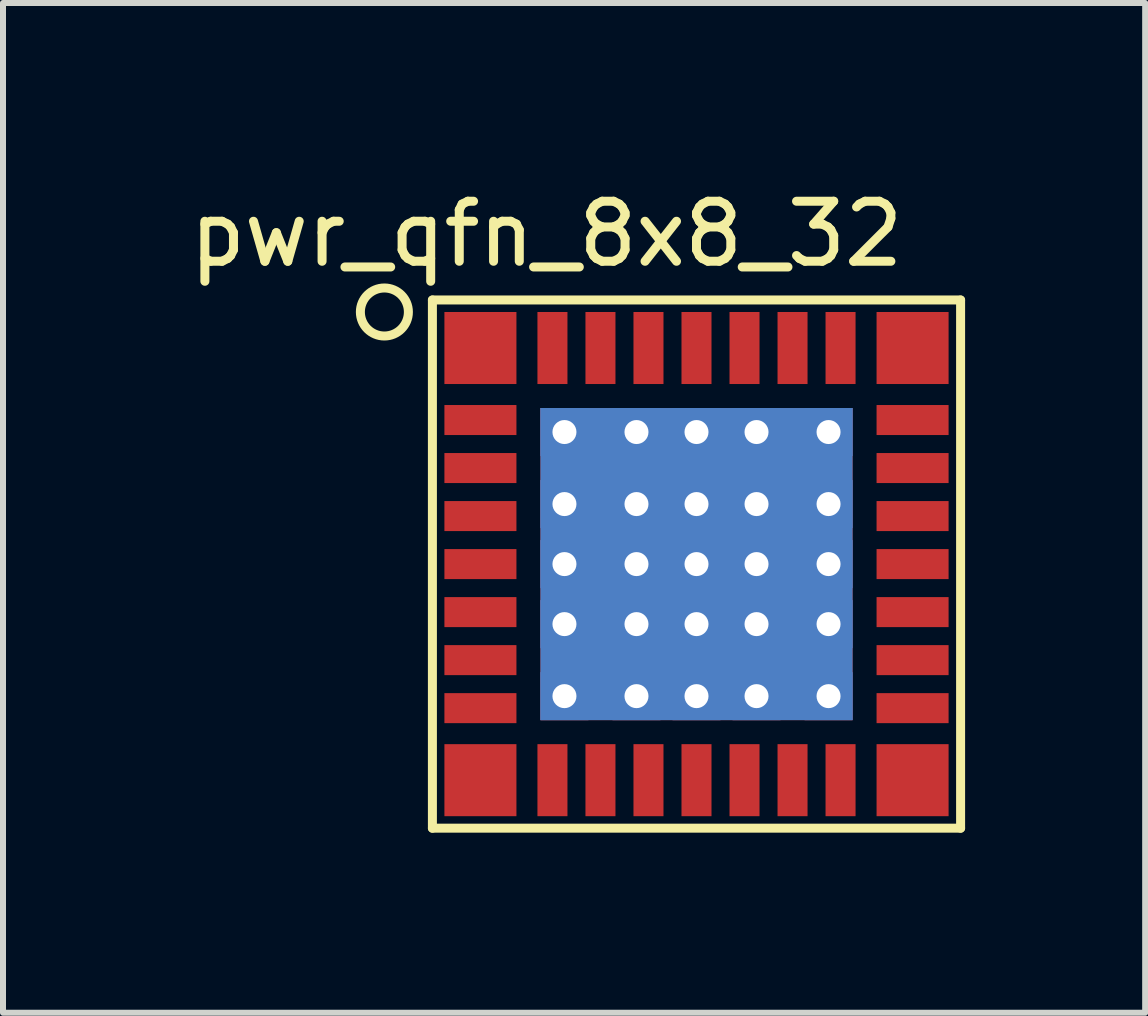
<source format=kicad_pcb>
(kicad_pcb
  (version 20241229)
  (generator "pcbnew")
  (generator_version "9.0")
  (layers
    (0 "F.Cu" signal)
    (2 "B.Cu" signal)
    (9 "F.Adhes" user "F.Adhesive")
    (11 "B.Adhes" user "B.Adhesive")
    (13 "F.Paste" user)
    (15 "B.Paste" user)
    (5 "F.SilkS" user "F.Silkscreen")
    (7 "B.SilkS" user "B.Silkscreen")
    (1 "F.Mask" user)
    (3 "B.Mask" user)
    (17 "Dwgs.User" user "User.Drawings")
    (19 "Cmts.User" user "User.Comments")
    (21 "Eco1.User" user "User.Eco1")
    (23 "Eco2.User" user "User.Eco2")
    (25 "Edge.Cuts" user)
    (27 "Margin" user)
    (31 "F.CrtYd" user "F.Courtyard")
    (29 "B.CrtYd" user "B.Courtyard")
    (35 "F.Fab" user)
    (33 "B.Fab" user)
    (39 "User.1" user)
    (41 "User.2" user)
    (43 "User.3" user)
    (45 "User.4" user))
  (footprint "pwr_qfn_8x8_32"
    (layer "F.Cu")
    (at 8.554 6.348)
    (property "Reference" "pwr_qfn_8x8_32" (at -2.5 -5.5 0) (layer "F.SilkS") (effects (font (size 1 1) (thickness 0.15))))
    (attr through_hole)
    (fp_line (start -4.4 -4.4) (end -4.4 4.4) (stroke (width 0.15) (type solid)) (layer "F.SilkS"))
    (fp_line (start -4.4 4.4) (end 4.4 4.4) (stroke (width 0.15) (type solid)) (layer "F.SilkS"))
    (fp_line (start 4.4 -4.4) (end -4.4 -4.4) (stroke (width 0.15) (type solid)) (layer "F.SilkS"))
    (fp_line (start 4.4 4.4) (end 4.4 -4.4) (stroke (width 0.15) (type solid)) (layer "F.SilkS"))
    (fp_circle (center -5.2 -4.2) (end -4.8 -4.2) (stroke (width 0.15) (type solid)) (fill no) (layer "F.SilkS"))
    (pad "1" smd rect (at -3.6 -3.6) (size 1.2 1.2) (layers "F.Cu" "F.Mask" "F.Paste"))
    (pad "2" smd rect (at -3.6 -2.4) (size 1.2 0.5) (layers "F.Cu" "F.Mask" "F.Paste"))
    (pad "3" smd rect (at -3.6 -1.6) (size 1.2 0.5) (layers "F.Cu" "F.Mask" "F.Paste"))
    (pad "4" smd rect (at -3.6 -0.8) (size 1.2 0.5) (layers "F.Cu" "F.Mask" "F.Paste"))
    (pad "5" smd rect (at -3.6 0) (size 1.2 0.5) (layers "F.Cu" "F.Mask" "F.Paste"))
    (pad "6" smd rect (at -3.6 0.8) (size 1.2 0.5) (layers "F.Cu" "F.Mask" "F.Paste"))
    (pad "7" smd rect (at -3.6 1.6) (size 1.2 0.5) (layers "F.Cu" "F.Mask" "F.Paste"))
    (pad "8" smd rect (at -3.6 2.4) (size 1.2 0.5) (layers "F.Cu" "F.Mask" "F.Paste"))
    (pad "9" smd rect (at -3.6 3.6) (size 1.2 1.2) (layers "F.Cu" "F.Mask" "F.Paste"))
    (pad "10" smd rect (at -2.4 3.6) (size 0.5 1.2) (layers "F.Cu" "F.Mask" "F.Paste"))
    (pad "11" smd rect (at -1.6 3.6) (size 0.5 1.2) (layers "F.Cu" "F.Mask" "F.Paste"))
    (pad "12" smd rect (at -0.8 3.6) (size 0.5 1.2) (layers "F.Cu" "F.Mask" "F.Paste"))
    (pad "13" smd rect (at 0 3.6) (size 0.5 1.2) (layers "F.Cu" "F.Mask" "F.Paste"))
    (pad "14" smd rect (at 0.8 3.6) (size 0.5 1.2) (layers "F.Cu" "F.Mask" "F.Paste"))
    (pad "15" smd rect (at 1.6 3.6) (size 0.5 1.2) (layers "F.Cu" "F.Mask" "F.Paste"))
    (pad "16" smd rect (at 2.4 3.6) (size 0.5 1.2) (layers "F.Cu" "F.Mask" "F.Paste"))
    (pad "17" smd rect (at 3.6 3.6) (size 1.2 1.2) (layers "F.Cu" "F.Mask" "F.Paste"))
    (pad "18" smd rect (at 3.6 2.4) (size 1.2 0.5) (layers "F.Cu" "F.Mask" "F.Paste"))
    (pad "19" smd rect (at 3.6 1.6) (size 1.2 0.5) (layers "F.Cu" "F.Mask" "F.Paste"))
    (pad "20" smd rect (at 3.6 0.8) (size 1.2 0.5) (layers "F.Cu" "F.Mask" "F.Paste"))
    (pad "21" smd rect (at 3.6 0) (size 1.2 0.5) (layers "F.Cu" "F.Mask" "F.Paste"))
    (pad "22" smd rect (at 3.6 -0.8) (size 1.2 0.5) (layers "F.Cu" "F.Mask" "F.Paste"))
    (pad "23" smd rect (at 3.6 -1.6) (size 1.2 0.5) (layers "F.Cu" "F.Mask" "F.Paste"))
    (pad "24" smd rect (at 3.6 -2.4) (size 1.2 0.5) (layers "F.Cu" "F.Mask" "F.Paste"))
    (pad "25" smd rect (at 3.6 -3.6) (size 1.2 1.2) (layers "F.Cu" "F.Mask" "F.Paste"))
    (pad "26" smd rect (at 2.4 -3.6) (size 0.5 1.2) (layers "F.Cu" "F.Mask" "F.Paste"))
    (pad "27" smd rect (at 1.6 -3.6) (size 0.5 1.2) (layers "F.Cu" "F.Mask" "F.Paste"))
    (pad "28" smd rect (at 0.8 -3.6) (size 0.5 1.2) (layers "F.Cu" "F.Mask" "F.Paste"))
    (pad "29" smd rect (at 0 -3.6) (size 0.5 1.2) (layers "F.Cu" "F.Mask" "F.Paste"))
    (pad "30" smd rect (at -0.8 -3.6) (size 0.5 1.2) (layers "F.Cu" "F.Mask" "F.Paste"))
    (pad "31" smd rect (at -1.6 -3.6) (size 0.5 1.2) (layers "F.Cu" "F.Mask" "F.Paste"))
    (pad "32" smd rect (at -2.4 -3.6) (size 0.5 1.2) (layers "F.Cu" "F.Mask" "F.Paste"))
    (pad "EP" thru_hole rect (at -2.2 -2.2) (size 0.8 0.8) (drill 0.4) (layers "*.Cu" "F.Mask" "F.Paste"))
    (pad "EP" thru_hole rect (at -2.2 -1) (size 0.8 0.8) (drill 0.4) (layers "*.Cu" "F.Mask" "F.Paste"))
    (pad "EP" thru_hole rect (at -2.2 0) (size 0.8 0.8) (drill 0.4) (layers "*.Cu" "F.Mask" "F.Paste"))
    (pad "EP" thru_hole rect (at -2.2 1) (size 0.8 0.8) (drill 0.4) (layers "*.Cu" "F.Mask" "F.Paste"))
    (pad "EP" thru_hole rect (at -2.2 2.2) (size 0.8 0.8) (drill 0.4) (layers "*.Cu" "F.Mask" "F.Paste"))
    (pad "EP" thru_hole rect (at -1 -2.2) (size 0.8 0.8) (drill 0.4) (layers "*.Cu" "F.Mask" "F.Paste"))
    (pad "EP" thru_hole rect (at -1 -1) (size 0.8 0.8) (drill 0.4) (layers "*.Cu" "F.Mask" "F.Paste"))
    (pad "EP" thru_hole rect (at -1 0) (size 0.8 0.8) (drill 0.4) (layers "*.Cu" "F.Mask" "F.Paste"))
    (pad "EP" thru_hole rect (at -1 1) (size 0.8 0.8) (drill 0.4) (layers "*.Cu" "F.Mask" "F.Paste"))
    (pad "EP" thru_hole rect (at -1 2.2) (size 0.8 0.8) (drill 0.4) (layers "*.Cu" "F.Mask" "F.Paste"))
    (pad "EP" thru_hole rect (at 0 -2.2) (size 0.8 0.8) (drill 0.4) (layers "*.Cu" "F.Mask" "F.Paste"))
    (pad "EP" thru_hole rect (at 0 -1) (size 0.8 0.8) (drill 0.4) (layers "*.Cu" "F.Mask" "F.Paste"))
    (pad "EP" thru_hole rect (at 0 0) (size 5.2 5.2) (drill 0.4) (layers "*.Cu" "F.Mask"))
    (pad "EP" thru_hole rect (at 0 1) (size 0.8 0.8) (drill 0.4) (layers "*.Cu" "F.Mask" "F.Paste"))
    (pad "EP" thru_hole rect (at 0 2.2) (size 0.8 0.8) (drill 0.4) (layers "*.Cu" "F.Mask" "F.Paste"))
    (pad "EP" thru_hole rect (at 1 -2.2) (size 0.8 0.8) (drill 0.4) (layers "*.Cu" "F.Mask" "F.Paste"))
    (pad "EP" thru_hole rect (at 1 -1) (size 0.8 0.8) (drill 0.4) (layers "*.Cu" "F.Mask" "F.Paste"))
    (pad "EP" thru_hole rect (at 1 0) (size 0.8 0.8) (drill 0.4) (layers "*.Cu" "F.Mask" "F.Paste"))
    (pad "EP" thru_hole rect (at 1 1) (size 0.8 0.8) (drill 0.4) (layers "*.Cu" "F.Mask" "F.Paste"))
    (pad "EP" thru_hole rect (at 1 2.2) (size 0.8 0.8) (drill 0.4) (layers "*.Cu" "F.Mask" "F.Paste"))
    (pad "EP" thru_hole rect (at 2.2 -2.2) (size 0.8 0.8) (drill 0.4) (layers "*.Cu" "F.Mask" "F.Paste"))
    (pad "EP" thru_hole rect (at 2.2 -1) (size 0.8 0.8) (drill 0.4) (layers "*.Cu" "F.Mask" "F.Paste"))
    (pad "EP" thru_hole rect (at 2.2 0) (size 0.8 0.8) (drill 0.4) (layers "*.Cu" "F.Mask" "F.Paste"))
    (pad "EP" thru_hole rect (at 2.2 1) (size 0.8 0.8) (drill 0.4) (layers "*.Cu" "F.Mask" "F.Paste"))
    (pad "EP" thru_hole rect (at 2.2 2.2) (size 0.8 0.8) (drill 0.4) (layers "*.Cu" "F.Mask" "F.Paste")))
  (gr_rect
    (start -3 -3)
    (end 16.029 13.823)
    (stroke (width 0.1) (type default))
    (fill no)
    (layer "Edge.Cuts")))
</source>
